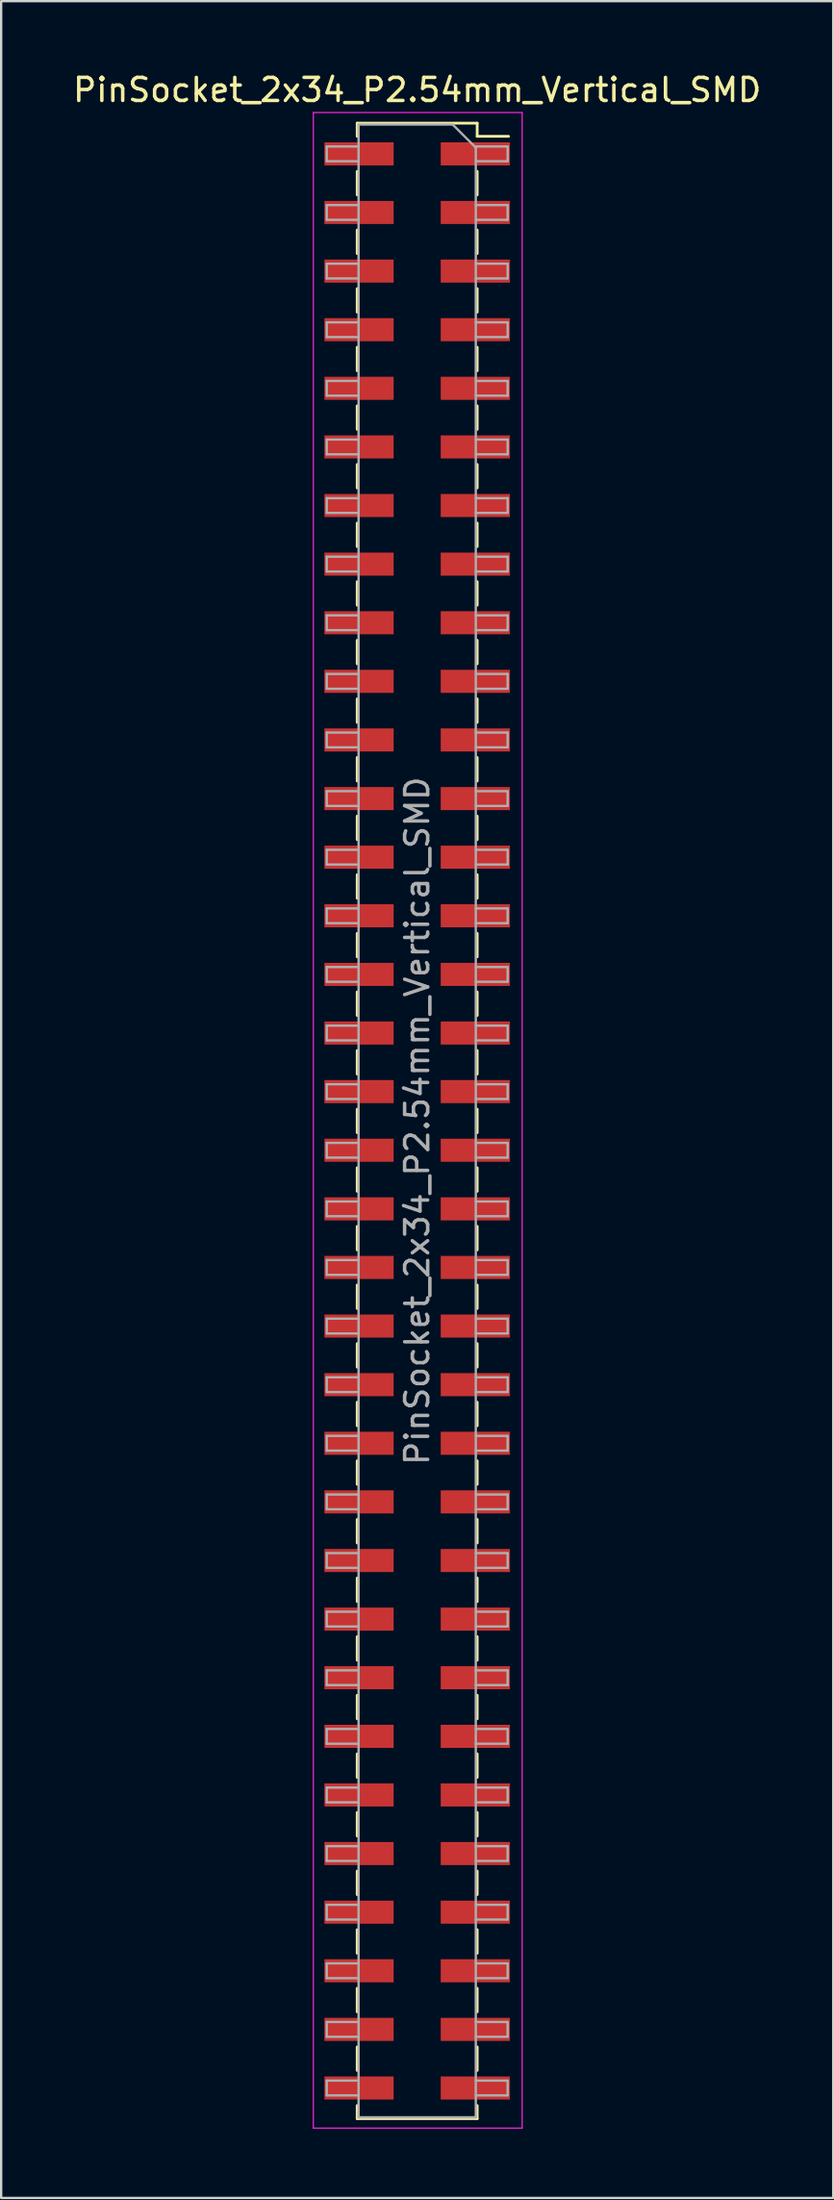
<source format=kicad_pcb>
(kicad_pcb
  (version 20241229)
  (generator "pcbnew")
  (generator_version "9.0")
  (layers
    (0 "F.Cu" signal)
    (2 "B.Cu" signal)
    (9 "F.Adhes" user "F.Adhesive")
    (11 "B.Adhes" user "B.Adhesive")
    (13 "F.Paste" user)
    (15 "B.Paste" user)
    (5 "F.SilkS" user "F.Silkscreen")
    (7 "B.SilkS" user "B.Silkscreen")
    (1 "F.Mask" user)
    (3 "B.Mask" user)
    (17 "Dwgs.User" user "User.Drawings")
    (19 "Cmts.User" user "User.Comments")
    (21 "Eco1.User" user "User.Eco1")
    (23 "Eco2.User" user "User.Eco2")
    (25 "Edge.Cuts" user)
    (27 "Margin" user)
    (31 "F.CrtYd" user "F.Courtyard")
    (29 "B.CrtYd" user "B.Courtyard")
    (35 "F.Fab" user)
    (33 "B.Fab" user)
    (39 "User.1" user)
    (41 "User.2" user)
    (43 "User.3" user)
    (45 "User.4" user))
  (footprint "PinSocket_2x34_P2.54mm_Vertical_SMD"
    (layer "F.Cu")
    (at 15.03 45.528)
    (property "Reference" "PinSocket_2x34_P2.54mm_Vertical_SMD" (at 0 -44.68 0) (layer "F.SilkS") (effects (font (size 1 1) (thickness 0.15))))
    (attr smd)
    (fp_line (start -2.6 -43.24) (end -2.6 -42.67) (stroke (width 0.12) (type solid)) (layer "F.SilkS"))
    (fp_line (start -2.6 -43.24) (end 2.6 -43.24) (stroke (width 0.12) (type solid)) (layer "F.SilkS"))
    (fp_line (start -2.6 -41.15) (end -2.6 -40.13) (stroke (width 0.12) (type solid)) (layer "F.SilkS"))
    (fp_line (start -2.6 -38.61) (end -2.6 -37.59) (stroke (width 0.12) (type solid)) (layer "F.SilkS"))
    (fp_line (start -2.6 -36.07) (end -2.6 -35.05) (stroke (width 0.12) (type solid)) (layer "F.SilkS"))
    (fp_line (start -2.6 -33.53) (end -2.6 -32.51) (stroke (width 0.12) (type solid)) (layer "F.SilkS"))
    (fp_line (start -2.6 -30.99) (end -2.6 -29.97) (stroke (width 0.12) (type solid)) (layer "F.SilkS"))
    (fp_line (start -2.6 -28.45) (end -2.6 -27.43) (stroke (width 0.12) (type solid)) (layer "F.SilkS"))
    (fp_line (start -2.6 -25.91) (end -2.6 -24.89) (stroke (width 0.12) (type solid)) (layer "F.SilkS"))
    (fp_line (start -2.6 -23.37) (end -2.6 -22.35) (stroke (width 0.12) (type solid)) (layer "F.SilkS"))
    (fp_line (start -2.6 -20.83) (end -2.6 -19.81) (stroke (width 0.12) (type solid)) (layer "F.SilkS"))
    (fp_line (start -2.6 -18.29) (end -2.6 -17.27) (stroke (width 0.12) (type solid)) (layer "F.SilkS"))
    (fp_line (start -2.6 -15.75) (end -2.6 -14.73) (stroke (width 0.12) (type solid)) (layer "F.SilkS"))
    (fp_line (start -2.6 -13.21) (end -2.6 -12.19) (stroke (width 0.12) (type solid)) (layer "F.SilkS"))
    (fp_line (start -2.6 -10.67) (end -2.6 -9.65) (stroke (width 0.12) (type solid)) (layer "F.SilkS"))
    (fp_line (start -2.6 -8.13) (end -2.6 -7.11) (stroke (width 0.12) (type solid)) (layer "F.SilkS"))
    (fp_line (start -2.6 -5.59) (end -2.6 -4.57) (stroke (width 0.12) (type solid)) (layer "F.SilkS"))
    (fp_line (start -2.6 -3.05) (end -2.6 -2.03) (stroke (width 0.12) (type solid)) (layer "F.SilkS"))
    (fp_line (start -2.6 -0.51) (end -2.6 0.51) (stroke (width 0.12) (type solid)) (layer "F.SilkS"))
    (fp_line (start -2.6 2.03) (end -2.6 3.05) (stroke (width 0.12) (type solid)) (layer "F.SilkS"))
    (fp_line (start -2.6 4.57) (end -2.6 5.59) (stroke (width 0.12) (type solid)) (layer "F.SilkS"))
    (fp_line (start -2.6 7.11) (end -2.6 8.13) (stroke (width 0.12) (type solid)) (layer "F.SilkS"))
    (fp_line (start -2.6 9.65) (end -2.6 10.67) (stroke (width 0.12) (type solid)) (layer "F.SilkS"))
    (fp_line (start -2.6 12.19) (end -2.6 13.21) (stroke (width 0.12) (type solid)) (layer "F.SilkS"))
    (fp_line (start -2.6 14.73) (end -2.6 15.75) (stroke (width 0.12) (type solid)) (layer "F.SilkS"))
    (fp_line (start -2.6 17.27) (end -2.6 18.29) (stroke (width 0.12) (type solid)) (layer "F.SilkS"))
    (fp_line (start -2.6 19.81) (end -2.6 20.83) (stroke (width 0.12) (type solid)) (layer "F.SilkS"))
    (fp_line (start -2.6 22.35) (end -2.6 23.37) (stroke (width 0.12) (type solid)) (layer "F.SilkS"))
    (fp_line (start -2.6 24.89) (end -2.6 25.91) (stroke (width 0.12) (type solid)) (layer "F.SilkS"))
    (fp_line (start -2.6 27.43) (end -2.6 28.45) (stroke (width 0.12) (type solid)) (layer "F.SilkS"))
    (fp_line (start -2.6 29.97) (end -2.6 30.99) (stroke (width 0.12) (type solid)) (layer "F.SilkS"))
    (fp_line (start -2.6 32.51) (end -2.6 33.53) (stroke (width 0.12) (type solid)) (layer "F.SilkS"))
    (fp_line (start -2.6 35.05) (end -2.6 36.07) (stroke (width 0.12) (type solid)) (layer "F.SilkS"))
    (fp_line (start -2.6 37.59) (end -2.6 38.61) (stroke (width 0.12) (type solid)) (layer "F.SilkS"))
    (fp_line (start -2.6 40.13) (end -2.6 41.15) (stroke (width 0.12) (type solid)) (layer "F.SilkS"))
    (fp_line (start -2.6 42.67) (end -2.6 43.24) (stroke (width 0.12) (type solid)) (layer "F.SilkS"))
    (fp_line (start -2.6 43.24) (end 2.6 43.24) (stroke (width 0.12) (type solid)) (layer "F.SilkS"))
    (fp_line (start 2.6 -43.24) (end 2.6 -42.67) (stroke (width 0.12) (type solid)) (layer "F.SilkS"))
    (fp_line (start 2.6 -42.67) (end 3.96 -42.67) (stroke (width 0.12) (type solid)) (layer "F.SilkS"))
    (fp_line (start 2.6 -41.15) (end 2.6 -40.13) (stroke (width 0.12) (type solid)) (layer "F.SilkS"))
    (fp_line (start 2.6 -38.61) (end 2.6 -37.59) (stroke (width 0.12) (type solid)) (layer "F.SilkS"))
    (fp_line (start 2.6 -36.07) (end 2.6 -35.05) (stroke (width 0.12) (type solid)) (layer "F.SilkS"))
    (fp_line (start 2.6 -33.53) (end 2.6 -32.51) (stroke (width 0.12) (type solid)) (layer "F.SilkS"))
    (fp_line (start 2.6 -30.99) (end 2.6 -29.97) (stroke (width 0.12) (type solid)) (layer "F.SilkS"))
    (fp_line (start 2.6 -28.45) (end 2.6 -27.43) (stroke (width 0.12) (type solid)) (layer "F.SilkS"))
    (fp_line (start 2.6 -25.91) (end 2.6 -24.89) (stroke (width 0.12) (type solid)) (layer "F.SilkS"))
    (fp_line (start 2.6 -23.37) (end 2.6 -22.35) (stroke (width 0.12) (type solid)) (layer "F.SilkS"))
    (fp_line (start 2.6 -20.83) (end 2.6 -19.81) (stroke (width 0.12) (type solid)) (layer "F.SilkS"))
    (fp_line (start 2.6 -18.29) (end 2.6 -17.27) (stroke (width 0.12) (type solid)) (layer "F.SilkS"))
    (fp_line (start 2.6 -15.75) (end 2.6 -14.73) (stroke (width 0.12) (type solid)) (layer "F.SilkS"))
    (fp_line (start 2.6 -13.21) (end 2.6 -12.19) (stroke (width 0.12) (type solid)) (layer "F.SilkS"))
    (fp_line (start 2.6 -10.67) (end 2.6 -9.65) (stroke (width 0.12) (type solid)) (layer "F.SilkS"))
    (fp_line (start 2.6 -8.13) (end 2.6 -7.11) (stroke (width 0.12) (type solid)) (layer "F.SilkS"))
    (fp_line (start 2.6 -5.59) (end 2.6 -4.57) (stroke (width 0.12) (type solid)) (layer "F.SilkS"))
    (fp_line (start 2.6 -3.05) (end 2.6 -2.03) (stroke (width 0.12) (type solid)) (layer "F.SilkS"))
    (fp_line (start 2.6 -0.51) (end 2.6 0.51) (stroke (width 0.12) (type solid)) (layer "F.SilkS"))
    (fp_line (start 2.6 2.03) (end 2.6 3.05) (stroke (width 0.12) (type solid)) (layer "F.SilkS"))
    (fp_line (start 2.6 4.57) (end 2.6 5.59) (stroke (width 0.12) (type solid)) (layer "F.SilkS"))
    (fp_line (start 2.6 7.11) (end 2.6 8.13) (stroke (width 0.12) (type solid)) (layer "F.SilkS"))
    (fp_line (start 2.6 9.65) (end 2.6 10.67) (stroke (width 0.12) (type solid)) (layer "F.SilkS"))
    (fp_line (start 2.6 12.19) (end 2.6 13.21) (stroke (width 0.12) (type solid)) (layer "F.SilkS"))
    (fp_line (start 2.6 14.73) (end 2.6 15.75) (stroke (width 0.12) (type solid)) (layer "F.SilkS"))
    (fp_line (start 2.6 17.27) (end 2.6 18.29) (stroke (width 0.12) (type solid)) (layer "F.SilkS"))
    (fp_line (start 2.6 19.81) (end 2.6 20.83) (stroke (width 0.12) (type solid)) (layer "F.SilkS"))
    (fp_line (start 2.6 22.35) (end 2.6 23.37) (stroke (width 0.12) (type solid)) (layer "F.SilkS"))
    (fp_line (start 2.6 24.89) (end 2.6 25.91) (stroke (width 0.12) (type solid)) (layer "F.SilkS"))
    (fp_line (start 2.6 27.43) (end 2.6 28.45) (stroke (width 0.12) (type solid)) (layer "F.SilkS"))
    (fp_line (start 2.6 29.97) (end 2.6 30.99) (stroke (width 0.12) (type solid)) (layer "F.SilkS"))
    (fp_line (start 2.6 32.51) (end 2.6 33.53) (stroke (width 0.12) (type solid)) (layer "F.SilkS"))
    (fp_line (start 2.6 35.05) (end 2.6 36.07) (stroke (width 0.12) (type solid)) (layer "F.SilkS"))
    (fp_line (start 2.6 37.59) (end 2.6 38.61) (stroke (width 0.12) (type solid)) (layer "F.SilkS"))
    (fp_line (start 2.6 40.13) (end 2.6 41.15) (stroke (width 0.12) (type solid)) (layer "F.SilkS"))
    (fp_line (start 2.6 42.67) (end 2.6 43.24) (stroke (width 0.12) (type solid)) (layer "F.SilkS"))
    (fp_line (start -4.5 -43.7) (end 4.55 -43.7) (stroke (width 0.05) (type solid)) (layer "F.CrtYd"))
    (fp_line (start -4.5 43.65) (end -4.5 -43.7) (stroke (width 0.05) (type solid)) (layer "F.CrtYd"))
    (fp_line (start 4.55 -43.7) (end 4.55 43.65) (stroke (width 0.05) (type solid)) (layer "F.CrtYd"))
    (fp_line (start 4.55 43.65) (end -4.5 43.65) (stroke (width 0.05) (type solid)) (layer "F.CrtYd"))
    (fp_line (start -3.92 -42.23) (end -2.54 -42.23) (stroke (width 0.1) (type solid)) (layer "F.Fab"))
    (fp_line (start -3.92 -41.59) (end -3.92 -42.23) (stroke (width 0.1) (type solid)) (layer "F.Fab"))
    (fp_line (start -3.92 -39.69) (end -2.54 -39.69) (stroke (width 0.1) (type solid)) (layer "F.Fab"))
    (fp_line (start -3.92 -39.05) (end -3.92 -39.69) (stroke (width 0.1) (type solid)) (layer "F.Fab"))
    (fp_line (start -3.92 -37.15) (end -2.54 -37.15) (stroke (width 0.1) (type solid)) (layer "F.Fab"))
    (fp_line (start -3.92 -36.51) (end -3.92 -37.15) (stroke (width 0.1) (type solid)) (layer "F.Fab"))
    (fp_line (start -3.92 -34.61) (end -2.54 -34.61) (stroke (width 0.1) (type solid)) (layer "F.Fab"))
    (fp_line (start -3.92 -33.97) (end -3.92 -34.61) (stroke (width 0.1) (type solid)) (layer "F.Fab"))
    (fp_line (start -3.92 -32.07) (end -2.54 -32.07) (stroke (width 0.1) (type solid)) (layer "F.Fab"))
    (fp_line (start -3.92 -31.43) (end -3.92 -32.07) (stroke (width 0.1) (type solid)) (layer "F.Fab"))
    (fp_line (start -3.92 -29.53) (end -2.54 -29.53) (stroke (width 0.1) (type solid)) (layer "F.Fab"))
    (fp_line (start -3.92 -28.89) (end -3.92 -29.53) (stroke (width 0.1) (type solid)) (layer "F.Fab"))
    (fp_line (start -3.92 -26.99) (end -2.54 -26.99) (stroke (width 0.1) (type solid)) (layer "F.Fab"))
    (fp_line (start -3.92 -26.35) (end -3.92 -26.99) (stroke (width 0.1) (type solid)) (layer "F.Fab"))
    (fp_line (start -3.92 -24.45) (end -2.54 -24.45) (stroke (width 0.1) (type solid)) (layer "F.Fab"))
    (fp_line (start -3.92 -23.81) (end -3.92 -24.45) (stroke (width 0.1) (type solid)) (layer "F.Fab"))
    (fp_line (start -3.92 -21.91) (end -2.54 -21.91) (stroke (width 0.1) (type solid)) (layer "F.Fab"))
    (fp_line (start -3.92 -21.27) (end -3.92 -21.91) (stroke (width 0.1) (type solid)) (layer "F.Fab"))
    (fp_line (start -3.92 -19.37) (end -2.54 -19.37) (stroke (width 0.1) (type solid)) (layer "F.Fab"))
    (fp_line (start -3.92 -18.73) (end -3.92 -19.37) (stroke (width 0.1) (type solid)) (layer "F.Fab"))
    (fp_line (start -3.92 -16.83) (end -2.54 -16.83) (stroke (width 0.1) (type solid)) (layer "F.Fab"))
    (fp_line (start -3.92 -16.19) (end -3.92 -16.83) (stroke (width 0.1) (type solid)) (layer "F.Fab"))
    (fp_line (start -3.92 -14.29) (end -2.54 -14.29) (stroke (width 0.1) (type solid)) (layer "F.Fab"))
    (fp_line (start -3.92 -13.65) (end -3.92 -14.29) (stroke (width 0.1) (type solid)) (layer "F.Fab"))
    (fp_line (start -3.92 -11.75) (end -2.54 -11.75) (stroke (width 0.1) (type solid)) (layer "F.Fab"))
    (fp_line (start -3.92 -11.11) (end -3.92 -11.75) (stroke (width 0.1) (type solid)) (layer "F.Fab"))
    (fp_line (start -3.92 -9.21) (end -2.54 -9.21) (stroke (width 0.1) (type solid)) (layer "F.Fab"))
    (fp_line (start -3.92 -8.57) (end -3.92 -9.21) (stroke (width 0.1) (type solid)) (layer "F.Fab"))
    (fp_line (start -3.92 -6.67) (end -2.54 -6.67) (stroke (width 0.1) (type solid)) (layer "F.Fab"))
    (fp_line (start -3.92 -6.03) (end -3.92 -6.67) (stroke (width 0.1) (type solid)) (layer "F.Fab"))
    (fp_line (start -3.92 -4.13) (end -2.54 -4.13) (stroke (width 0.1) (type solid)) (layer "F.Fab"))
    (fp_line (start -3.92 -3.49) (end -3.92 -4.13) (stroke (width 0.1) (type solid)) (layer "F.Fab"))
    (fp_line (start -3.92 -1.59) (end -2.54 -1.59) (stroke (width 0.1) (type solid)) (layer "F.Fab"))
    (fp_line (start -3.92 -0.95) (end -3.92 -1.59) (stroke (width 0.1) (type solid)) (layer "F.Fab"))
    (fp_line (start -3.92 0.95) (end -2.54 0.95) (stroke (width 0.1) (type solid)) (layer "F.Fab"))
    (fp_line (start -3.92 1.59) (end -3.92 0.95) (stroke (width 0.1) (type solid)) (layer "F.Fab"))
    (fp_line (start -3.92 3.49) (end -2.54 3.49) (stroke (width 0.1) (type solid)) (layer "F.Fab"))
    (fp_line (start -3.92 4.13) (end -3.92 3.49) (stroke (width 0.1) (type solid)) (layer "F.Fab"))
    (fp_line (start -3.92 6.03) (end -2.54 6.03) (stroke (width 0.1) (type solid)) (layer "F.Fab"))
    (fp_line (start -3.92 6.67) (end -3.92 6.03) (stroke (width 0.1) (type solid)) (layer "F.Fab"))
    (fp_line (start -3.92 8.57) (end -2.54 8.57) (stroke (width 0.1) (type solid)) (layer "F.Fab"))
    (fp_line (start -3.92 9.21) (end -3.92 8.57) (stroke (width 0.1) (type solid)) (layer "F.Fab"))
    (fp_line (start -3.92 11.11) (end -2.54 11.11) (stroke (width 0.1) (type solid)) (layer "F.Fab"))
    (fp_line (start -3.92 11.75) (end -3.92 11.11) (stroke (width 0.1) (type solid)) (layer "F.Fab"))
    (fp_line (start -3.92 13.65) (end -2.54 13.65) (stroke (width 0.1) (type solid)) (layer "F.Fab"))
    (fp_line (start -3.92 14.29) (end -3.92 13.65) (stroke (width 0.1) (type solid)) (layer "F.Fab"))
    (fp_line (start -3.92 16.19) (end -2.54 16.19) (stroke (width 0.1) (type solid)) (layer "F.Fab"))
    (fp_line (start -3.92 16.83) (end -3.92 16.19) (stroke (width 0.1) (type solid)) (layer "F.Fab"))
    (fp_line (start -3.92 18.73) (end -2.54 18.73) (stroke (width 0.1) (type solid)) (layer "F.Fab"))
    (fp_line (start -3.92 19.37) (end -3.92 18.73) (stroke (width 0.1) (type solid)) (layer "F.Fab"))
    (fp_line (start -3.92 21.27) (end -2.54 21.27) (stroke (width 0.1) (type solid)) (layer "F.Fab"))
    (fp_line (start -3.92 21.91) (end -3.92 21.27) (stroke (width 0.1) (type solid)) (layer "F.Fab"))
    (fp_line (start -3.92 23.81) (end -2.54 23.81) (stroke (width 0.1) (type solid)) (layer "F.Fab"))
    (fp_line (start -3.92 24.45) (end -3.92 23.81) (stroke (width 0.1) (type solid)) (layer "F.Fab"))
    (fp_line (start -3.92 26.35) (end -2.54 26.35) (stroke (width 0.1) (type solid)) (layer "F.Fab"))
    (fp_line (start -3.92 26.99) (end -3.92 26.35) (stroke (width 0.1) (type solid)) (layer "F.Fab"))
    (fp_line (start -3.92 28.89) (end -2.54 28.89) (stroke (width 0.1) (type solid)) (layer "F.Fab"))
    (fp_line (start -3.92 29.53) (end -3.92 28.89) (stroke (width 0.1) (type solid)) (layer "F.Fab"))
    (fp_line (start -3.92 31.43) (end -2.54 31.43) (stroke (width 0.1) (type solid)) (layer "F.Fab"))
    (fp_line (start -3.92 32.07) (end -3.92 31.43) (stroke (width 0.1) (type solid)) (layer "F.Fab"))
    (fp_line (start -3.92 33.97) (end -2.54 33.97) (stroke (width 0.1) (type solid)) (layer "F.Fab"))
    (fp_line (start -3.92 34.61) (end -3.92 33.97) (stroke (width 0.1) (type solid)) (layer "F.Fab"))
    (fp_line (start -3.92 36.51) (end -2.54 36.51) (stroke (width 0.1) (type solid)) (layer "F.Fab"))
    (fp_line (start -3.92 37.15) (end -3.92 36.51) (stroke (width 0.1) (type solid)) (layer "F.Fab"))
    (fp_line (start -3.92 39.05) (end -2.54 39.05) (stroke (width 0.1) (type solid)) (layer "F.Fab"))
    (fp_line (start -3.92 39.69) (end -3.92 39.05) (stroke (width 0.1) (type solid)) (layer "F.Fab"))
    (fp_line (start -3.92 41.59) (end -2.54 41.59) (stroke (width 0.1) (type solid)) (layer "F.Fab"))
    (fp_line (start -3.92 42.23) (end -3.92 41.59) (stroke (width 0.1) (type solid)) (layer "F.Fab"))
    (fp_line (start -2.54 -43.18) (end 1.54 -43.18) (stroke (width 0.1) (type solid)) (layer "F.Fab"))
    (fp_line (start -2.54 -41.59) (end -3.92 -41.59) (stroke (width 0.1) (type solid)) (layer "F.Fab"))
    (fp_line (start -2.54 -39.05) (end -3.92 -39.05) (stroke (width 0.1) (type solid)) (layer "F.Fab"))
    (fp_line (start -2.54 -36.51) (end -3.92 -36.51) (stroke (width 0.1) (type solid)) (layer "F.Fab"))
    (fp_line (start -2.54 -33.97) (end -3.92 -33.97) (stroke (width 0.1) (type solid)) (layer "F.Fab"))
    (fp_line (start -2.54 -31.43) (end -3.92 -31.43) (stroke (width 0.1) (type solid)) (layer "F.Fab"))
    (fp_line (start -2.54 -28.89) (end -3.92 -28.89) (stroke (width 0.1) (type solid)) (layer "F.Fab"))
    (fp_line (start -2.54 -26.35) (end -3.92 -26.35) (stroke (width 0.1) (type solid)) (layer "F.Fab"))
    (fp_line (start -2.54 -23.81) (end -3.92 -23.81) (stroke (width 0.1) (type solid)) (layer "F.Fab"))
    (fp_line (start -2.54 -21.27) (end -3.92 -21.27) (stroke (width 0.1) (type solid)) (layer "F.Fab"))
    (fp_line (start -2.54 -18.73) (end -3.92 -18.73) (stroke (width 0.1) (type solid)) (layer "F.Fab"))
    (fp_line (start -2.54 -16.19) (end -3.92 -16.19) (stroke (width 0.1) (type solid)) (layer "F.Fab"))
    (fp_line (start -2.54 -13.65) (end -3.92 -13.65) (stroke (width 0.1) (type solid)) (layer "F.Fab"))
    (fp_line (start -2.54 -11.11) (end -3.92 -11.11) (stroke (width 0.1) (type solid)) (layer "F.Fab"))
    (fp_line (start -2.54 -8.57) (end -3.92 -8.57) (stroke (width 0.1) (type solid)) (layer "F.Fab"))
    (fp_line (start -2.54 -6.03) (end -3.92 -6.03) (stroke (width 0.1) (type solid)) (layer "F.Fab"))
    (fp_line (start -2.54 -3.49) (end -3.92 -3.49) (stroke (width 0.1) (type solid)) (layer "F.Fab"))
    (fp_line (start -2.54 -0.95) (end -3.92 -0.95) (stroke (width 0.1) (type solid)) (layer "F.Fab"))
    (fp_line (start -2.54 1.59) (end -3.92 1.59) (stroke (width 0.1) (type solid)) (layer "F.Fab"))
    (fp_line (start -2.54 4.13) (end -3.92 4.13) (stroke (width 0.1) (type solid)) (layer "F.Fab"))
    (fp_line (start -2.54 6.67) (end -3.92 6.67) (stroke (width 0.1) (type solid)) (layer "F.Fab"))
    (fp_line (start -2.54 9.21) (end -3.92 9.21) (stroke (width 0.1) (type solid)) (layer "F.Fab"))
    (fp_line (start -2.54 11.75) (end -3.92 11.75) (stroke (width 0.1) (type solid)) (layer "F.Fab"))
    (fp_line (start -2.54 14.29) (end -3.92 14.29) (stroke (width 0.1) (type solid)) (layer "F.Fab"))
    (fp_line (start -2.54 16.83) (end -3.92 16.83) (stroke (width 0.1) (type solid)) (layer "F.Fab"))
    (fp_line (start -2.54 19.37) (end -3.92 19.37) (stroke (width 0.1) (type solid)) (layer "F.Fab"))
    (fp_line (start -2.54 21.91) (end -3.92 21.91) (stroke (width 0.1) (type solid)) (layer "F.Fab"))
    (fp_line (start -2.54 24.45) (end -3.92 24.45) (stroke (width 0.1) (type solid)) (layer "F.Fab"))
    (fp_line (start -2.54 26.99) (end -3.92 26.99) (stroke (width 0.1) (type solid)) (layer "F.Fab"))
    (fp_line (start -2.54 29.53) (end -3.92 29.53) (stroke (width 0.1) (type solid)) (layer "F.Fab"))
    (fp_line (start -2.54 32.07) (end -3.92 32.07) (stroke (width 0.1) (type solid)) (layer "F.Fab"))
    (fp_line (start -2.54 34.61) (end -3.92 34.61) (stroke (width 0.1) (type solid)) (layer "F.Fab"))
    (fp_line (start -2.54 37.15) (end -3.92 37.15) (stroke (width 0.1) (type solid)) (layer "F.Fab"))
    (fp_line (start -2.54 39.69) (end -3.92 39.69) (stroke (width 0.1) (type solid)) (layer "F.Fab"))
    (fp_line (start -2.54 42.23) (end -3.92 42.23) (stroke (width 0.1) (type solid)) (layer "F.Fab"))
    (fp_line (start -2.54 43.18) (end -2.54 -43.18) (stroke (width 0.1) (type solid)) (layer "F.Fab"))
    (fp_line (start 1.54 -43.18) (end 2.54 -42.18) (stroke (width 0.1) (type solid)) (layer "F.Fab"))
    (fp_line (start 2.54 -42.23) (end 3.92 -42.23) (stroke (width 0.1) (type solid)) (layer "F.Fab"))
    (fp_line (start 2.54 -42.18) (end 2.54 43.18) (stroke (width 0.1) (type solid)) (layer "F.Fab"))
    (fp_line (start 2.54 -39.69) (end 3.92 -39.69) (stroke (width 0.1) (type solid)) (layer "F.Fab"))
    (fp_line (start 2.54 -37.15) (end 3.92 -37.15) (stroke (width 0.1) (type solid)) (layer "F.Fab"))
    (fp_line (start 2.54 -34.61) (end 3.92 -34.61) (stroke (width 0.1) (type solid)) (layer "F.Fab"))
    (fp_line (start 2.54 -32.07) (end 3.92 -32.07) (stroke (width 0.1) (type solid)) (layer "F.Fab"))
    (fp_line (start 2.54 -29.53) (end 3.92 -29.53) (stroke (width 0.1) (type solid)) (layer "F.Fab"))
    (fp_line (start 2.54 -26.99) (end 3.92 -26.99) (stroke (width 0.1) (type solid)) (layer "F.Fab"))
    (fp_line (start 2.54 -24.45) (end 3.92 -24.45) (stroke (width 0.1) (type solid)) (layer "F.Fab"))
    (fp_line (start 2.54 -21.91) (end 3.92 -21.91) (stroke (width 0.1) (type solid)) (layer "F.Fab"))
    (fp_line (start 2.54 -19.37) (end 3.92 -19.37) (stroke (width 0.1) (type solid)) (layer "F.Fab"))
    (fp_line (start 2.54 -16.83) (end 3.92 -16.83) (stroke (width 0.1) (type solid)) (layer "F.Fab"))
    (fp_line (start 2.54 -14.29) (end 3.92 -14.29) (stroke (width 0.1) (type solid)) (layer "F.Fab"))
    (fp_line (start 2.54 -11.75) (end 3.92 -11.75) (stroke (width 0.1) (type solid)) (layer "F.Fab"))
    (fp_line (start 2.54 -9.21) (end 3.92 -9.21) (stroke (width 0.1) (type solid)) (layer "F.Fab"))
    (fp_line (start 2.54 -6.67) (end 3.92 -6.67) (stroke (width 0.1) (type solid)) (layer "F.Fab"))
    (fp_line (start 2.54 -4.13) (end 3.92 -4.13) (stroke (width 0.1) (type solid)) (layer "F.Fab"))
    (fp_line (start 2.54 -1.59) (end 3.92 -1.59) (stroke (width 0.1) (type solid)) (layer "F.Fab"))
    (fp_line (start 2.54 0.95) (end 3.92 0.95) (stroke (width 0.1) (type solid)) (layer "F.Fab"))
    (fp_line (start 2.54 3.49) (end 3.92 3.49) (stroke (width 0.1) (type solid)) (layer "F.Fab"))
    (fp_line (start 2.54 6.03) (end 3.92 6.03) (stroke (width 0.1) (type solid)) (layer "F.Fab"))
    (fp_line (start 2.54 8.57) (end 3.92 8.57) (stroke (width 0.1) (type solid)) (layer "F.Fab"))
    (fp_line (start 2.54 11.11) (end 3.92 11.11) (stroke (width 0.1) (type solid)) (layer "F.Fab"))
    (fp_line (start 2.54 13.65) (end 3.92 13.65) (stroke (width 0.1) (type solid)) (layer "F.Fab"))
    (fp_line (start 2.54 16.19) (end 3.92 16.19) (stroke (width 0.1) (type solid)) (layer "F.Fab"))
    (fp_line (start 2.54 18.73) (end 3.92 18.73) (stroke (width 0.1) (type solid)) (layer "F.Fab"))
    (fp_line (start 2.54 21.27) (end 3.92 21.27) (stroke (width 0.1) (type solid)) (layer "F.Fab"))
    (fp_line (start 2.54 23.81) (end 3.92 23.81) (stroke (width 0.1) (type solid)) (layer "F.Fab"))
    (fp_line (start 2.54 26.35) (end 3.92 26.35) (stroke (width 0.1) (type solid)) (layer "F.Fab"))
    (fp_line (start 2.54 28.89) (end 3.92 28.89) (stroke (width 0.1) (type solid)) (layer "F.Fab"))
    (fp_line (start 2.54 31.43) (end 3.92 31.43) (stroke (width 0.1) (type solid)) (layer "F.Fab"))
    (fp_line (start 2.54 33.97) (end 3.92 33.97) (stroke (width 0.1) (type solid)) (layer "F.Fab"))
    (fp_line (start 2.54 36.51) (end 3.92 36.51) (stroke (width 0.1) (type solid)) (layer "F.Fab"))
    (fp_line (start 2.54 39.05) (end 3.92 39.05) (stroke (width 0.1) (type solid)) (layer "F.Fab"))
    (fp_line (start 2.54 41.59) (end 3.92 41.59) (stroke (width 0.1) (type solid)) (layer "F.Fab"))
    (fp_line (start 2.54 43.18) (end -2.54 43.18) (stroke (width 0.1) (type solid)) (layer "F.Fab"))
    (fp_line (start 3.92 -42.23) (end 3.92 -41.59) (stroke (width 0.1) (type solid)) (layer "F.Fab"))
    (fp_line (start 3.92 -41.59) (end 2.54 -41.59) (stroke (width 0.1) (type solid)) (layer "F.Fab"))
    (fp_line (start 3.92 -39.69) (end 3.92 -39.05) (stroke (width 0.1) (type solid)) (layer "F.Fab"))
    (fp_line (start 3.92 -39.05) (end 2.54 -39.05) (stroke (width 0.1) (type solid)) (layer "F.Fab"))
    (fp_line (start 3.92 -37.15) (end 3.92 -36.51) (stroke (width 0.1) (type solid)) (layer "F.Fab"))
    (fp_line (start 3.92 -36.51) (end 2.54 -36.51) (stroke (width 0.1) (type solid)) (layer "F.Fab"))
    (fp_line (start 3.92 -34.61) (end 3.92 -33.97) (stroke (width 0.1) (type solid)) (layer "F.Fab"))
    (fp_line (start 3.92 -33.97) (end 2.54 -33.97) (stroke (width 0.1) (type solid)) (layer "F.Fab"))
    (fp_line (start 3.92 -32.07) (end 3.92 -31.43) (stroke (width 0.1) (type solid)) (layer "F.Fab"))
    (fp_line (start 3.92 -31.43) (end 2.54 -31.43) (stroke (width 0.1) (type solid)) (layer "F.Fab"))
    (fp_line (start 3.92 -29.53) (end 3.92 -28.89) (stroke (width 0.1) (type solid)) (layer "F.Fab"))
    (fp_line (start 3.92 -28.89) (end 2.54 -28.89) (stroke (width 0.1) (type solid)) (layer "F.Fab"))
    (fp_line (start 3.92 -26.99) (end 3.92 -26.35) (stroke (width 0.1) (type solid)) (layer "F.Fab"))
    (fp_line (start 3.92 -26.35) (end 2.54 -26.35) (stroke (width 0.1) (type solid)) (layer "F.Fab"))
    (fp_line (start 3.92 -24.45) (end 3.92 -23.81) (stroke (width 0.1) (type solid)) (layer "F.Fab"))
    (fp_line (start 3.92 -23.81) (end 2.54 -23.81) (stroke (width 0.1) (type solid)) (layer "F.Fab"))
    (fp_line (start 3.92 -21.91) (end 3.92 -21.27) (stroke (width 0.1) (type solid)) (layer "F.Fab"))
    (fp_line (start 3.92 -21.27) (end 2.54 -21.27) (stroke (width 0.1) (type solid)) (layer "F.Fab"))
    (fp_line (start 3.92 -19.37) (end 3.92 -18.73) (stroke (width 0.1) (type solid)) (layer "F.Fab"))
    (fp_line (start 3.92 -18.73) (end 2.54 -18.73) (stroke (width 0.1) (type solid)) (layer "F.Fab"))
    (fp_line (start 3.92 -16.83) (end 3.92 -16.19) (stroke (width 0.1) (type solid)) (layer "F.Fab"))
    (fp_line (start 3.92 -16.19) (end 2.54 -16.19) (stroke (width 0.1) (type solid)) (layer "F.Fab"))
    (fp_line (start 3.92 -14.29) (end 3.92 -13.65) (stroke (width 0.1) (type solid)) (layer "F.Fab"))
    (fp_line (start 3.92 -13.65) (end 2.54 -13.65) (stroke (width 0.1) (type solid)) (layer "F.Fab"))
    (fp_line (start 3.92 -11.75) (end 3.92 -11.11) (stroke (width 0.1) (type solid)) (layer "F.Fab"))
    (fp_line (start 3.92 -11.11) (end 2.54 -11.11) (stroke (width 0.1) (type solid)) (layer "F.Fab"))
    (fp_line (start 3.92 -9.21) (end 3.92 -8.57) (stroke (width 0.1) (type solid)) (layer "F.Fab"))
    (fp_line (start 3.92 -8.57) (end 2.54 -8.57) (stroke (width 0.1) (type solid)) (layer "F.Fab"))
    (fp_line (start 3.92 -6.67) (end 3.92 -6.03) (stroke (width 0.1) (type solid)) (layer "F.Fab"))
    (fp_line (start 3.92 -6.03) (end 2.54 -6.03) (stroke (width 0.1) (type solid)) (layer "F.Fab"))
    (fp_line (start 3.92 -4.13) (end 3.92 -3.49) (stroke (width 0.1) (type solid)) (layer "F.Fab"))
    (fp_line (start 3.92 -3.49) (end 2.54 -3.49) (stroke (width 0.1) (type solid)) (layer "F.Fab"))
    (fp_line (start 3.92 -1.59) (end 3.92 -0.95) (stroke (width 0.1) (type solid)) (layer "F.Fab"))
    (fp_line (start 3.92 -0.95) (end 2.54 -0.95) (stroke (width 0.1) (type solid)) (layer "F.Fab"))
    (fp_line (start 3.92 0.95) (end 3.92 1.59) (stroke (width 0.1) (type solid)) (layer "F.Fab"))
    (fp_line (start 3.92 1.59) (end 2.54 1.59) (stroke (width 0.1) (type solid)) (layer "F.Fab"))
    (fp_line (start 3.92 3.49) (end 3.92 4.13) (stroke (width 0.1) (type solid)) (layer "F.Fab"))
    (fp_line (start 3.92 4.13) (end 2.54 4.13) (stroke (width 0.1) (type solid)) (layer "F.Fab"))
    (fp_line (start 3.92 6.03) (end 3.92 6.67) (stroke (width 0.1) (type solid)) (layer "F.Fab"))
    (fp_line (start 3.92 6.67) (end 2.54 6.67) (stroke (width 0.1) (type solid)) (layer "F.Fab"))
    (fp_line (start 3.92 8.57) (end 3.92 9.21) (stroke (width 0.1) (type solid)) (layer "F.Fab"))
    (fp_line (start 3.92 9.21) (end 2.54 9.21) (stroke (width 0.1) (type solid)) (layer "F.Fab"))
    (fp_line (start 3.92 11.11) (end 3.92 11.75) (stroke (width 0.1) (type solid)) (layer "F.Fab"))
    (fp_line (start 3.92 11.75) (end 2.54 11.75) (stroke (width 0.1) (type solid)) (layer "F.Fab"))
    (fp_line (start 3.92 13.65) (end 3.92 14.29) (stroke (width 0.1) (type solid)) (layer "F.Fab"))
    (fp_line (start 3.92 14.29) (end 2.54 14.29) (stroke (width 0.1) (type solid)) (layer "F.Fab"))
    (fp_line (start 3.92 16.19) (end 3.92 16.83) (stroke (width 0.1) (type solid)) (layer "F.Fab"))
    (fp_line (start 3.92 16.83) (end 2.54 16.83) (stroke (width 0.1) (type solid)) (layer "F.Fab"))
    (fp_line (start 3.92 18.73) (end 3.92 19.37) (stroke (width 0.1) (type solid)) (layer "F.Fab"))
    (fp_line (start 3.92 19.37) (end 2.54 19.37) (stroke (width 0.1) (type solid)) (layer "F.Fab"))
    (fp_line (start 3.92 21.27) (end 3.92 21.91) (stroke (width 0.1) (type solid)) (layer "F.Fab"))
    (fp_line (start 3.92 21.91) (end 2.54 21.91) (stroke (width 0.1) (type solid)) (layer "F.Fab"))
    (fp_line (start 3.92 23.81) (end 3.92 24.45) (stroke (width 0.1) (type solid)) (layer "F.Fab"))
    (fp_line (start 3.92 24.45) (end 2.54 24.45) (stroke (width 0.1) (type solid)) (layer "F.Fab"))
    (fp_line (start 3.92 26.35) (end 3.92 26.99) (stroke (width 0.1) (type solid)) (layer "F.Fab"))
    (fp_line (start 3.92 26.99) (end 2.54 26.99) (stroke (width 0.1) (type solid)) (layer "F.Fab"))
    (fp_line (start 3.92 28.89) (end 3.92 29.53) (stroke (width 0.1) (type solid)) (layer "F.Fab"))
    (fp_line (start 3.92 29.53) (end 2.54 29.53) (stroke (width 0.1) (type solid)) (layer "F.Fab"))
    (fp_line (start 3.92 31.43) (end 3.92 32.07) (stroke (width 0.1) (type solid)) (layer "F.Fab"))
    (fp_line (start 3.92 32.07) (end 2.54 32.07) (stroke (width 0.1) (type solid)) (layer "F.Fab"))
    (fp_line (start 3.92 33.97) (end 3.92 34.61) (stroke (width 0.1) (type solid)) (layer "F.Fab"))
    (fp_line (start 3.92 34.61) (end 2.54 34.61) (stroke (width 0.1) (type solid)) (layer "F.Fab"))
    (fp_line (start 3.92 36.51) (end 3.92 37.15) (stroke (width 0.1) (type solid)) (layer "F.Fab"))
    (fp_line (start 3.92 37.15) (end 2.54 37.15) (stroke (width 0.1) (type solid)) (layer "F.Fab"))
    (fp_line (start 3.92 39.05) (end 3.92 39.69) (stroke (width 0.1) (type solid)) (layer "F.Fab"))
    (fp_line (start 3.92 39.69) (end 2.54 39.69) (stroke (width 0.1) (type solid)) (layer "F.Fab"))
    (fp_line (start 3.92 41.59) (end 3.92 42.23) (stroke (width 0.1) (type solid)) (layer "F.Fab"))
    (fp_line (start 3.92 42.23) (end 2.54 42.23) (stroke (width 0.1) (type solid)) (layer "F.Fab"))
    (fp_text user "${REFERENCE}" (at 0 0 90) (layer "F.Fab") (effects (font (size 1 1) (thickness 0.15))))
    (pad "1" smd rect (at 2.52 -41.91) (size 3 1) (layers "F.Cu" "F.Mask" "F.Paste"))
    (pad "2" smd rect (at -2.52 -41.91) (size 3 1) (layers "F.Cu" "F.Mask" "F.Paste"))
    (pad "3" smd rect (at 2.52 -39.37) (size 3 1) (layers "F.Cu" "F.Mask" "F.Paste"))
    (pad "4" smd rect (at -2.52 -39.37) (size 3 1) (layers "F.Cu" "F.Mask" "F.Paste"))
    (pad "5" smd rect (at 2.52 -36.83) (size 3 1) (layers "F.Cu" "F.Mask" "F.Paste"))
    (pad "6" smd rect (at -2.52 -36.83) (size 3 1) (layers "F.Cu" "F.Mask" "F.Paste"))
    (pad "7" smd rect (at 2.52 -34.29) (size 3 1) (layers "F.Cu" "F.Mask" "F.Paste"))
    (pad "8" smd rect (at -2.52 -34.29) (size 3 1) (layers "F.Cu" "F.Mask" "F.Paste"))
    (pad "9" smd rect (at 2.52 -31.75) (size 3 1) (layers "F.Cu" "F.Mask" "F.Paste"))
    (pad "10" smd rect (at -2.52 -31.75) (size 3 1) (layers "F.Cu" "F.Mask" "F.Paste"))
    (pad "11" smd rect (at 2.52 -29.21) (size 3 1) (layers "F.Cu" "F.Mask" "F.Paste"))
    (pad "12" smd rect (at -2.52 -29.21) (size 3 1) (layers "F.Cu" "F.Mask" "F.Paste"))
    (pad "13" smd rect (at 2.52 -26.67) (size 3 1) (layers "F.Cu" "F.Mask" "F.Paste"))
    (pad "14" smd rect (at -2.52 -26.67) (size 3 1) (layers "F.Cu" "F.Mask" "F.Paste"))
    (pad "15" smd rect (at 2.52 -24.13) (size 3 1) (layers "F.Cu" "F.Mask" "F.Paste"))
    (pad "16" smd rect (at -2.52 -24.13) (size 3 1) (layers "F.Cu" "F.Mask" "F.Paste"))
    (pad "17" smd rect (at 2.52 -21.59) (size 3 1) (layers "F.Cu" "F.Mask" "F.Paste"))
    (pad "18" smd rect (at -2.52 -21.59) (size 3 1) (layers "F.Cu" "F.Mask" "F.Paste"))
    (pad "19" smd rect (at 2.52 -19.05) (size 3 1) (layers "F.Cu" "F.Mask" "F.Paste"))
    (pad "20" smd rect (at -2.52 -19.05) (size 3 1) (layers "F.Cu" "F.Mask" "F.Paste"))
    (pad "21" smd rect (at 2.52 -16.51) (size 3 1) (layers "F.Cu" "F.Mask" "F.Paste"))
    (pad "22" smd rect (at -2.52 -16.51) (size 3 1) (layers "F.Cu" "F.Mask" "F.Paste"))
    (pad "23" smd rect (at 2.52 -13.97) (size 3 1) (layers "F.Cu" "F.Mask" "F.Paste"))
    (pad "24" smd rect (at -2.52 -13.97) (size 3 1) (layers "F.Cu" "F.Mask" "F.Paste"))
    (pad "25" smd rect (at 2.52 -11.43) (size 3 1) (layers "F.Cu" "F.Mask" "F.Paste"))
    (pad "26" smd rect (at -2.52 -11.43) (size 3 1) (layers "F.Cu" "F.Mask" "F.Paste"))
    (pad "27" smd rect (at 2.52 -8.89) (size 3 1) (layers "F.Cu" "F.Mask" "F.Paste"))
    (pad "28" smd rect (at -2.52 -8.89) (size 3 1) (layers "F.Cu" "F.Mask" "F.Paste"))
    (pad "29" smd rect (at 2.52 -6.35) (size 3 1) (layers "F.Cu" "F.Mask" "F.Paste"))
    (pad "30" smd rect (at -2.52 -6.35) (size 3 1) (layers "F.Cu" "F.Mask" "F.Paste"))
    (pad "31" smd rect (at 2.52 -3.81) (size 3 1) (layers "F.Cu" "F.Mask" "F.Paste"))
    (pad "32" smd rect (at -2.52 -3.81) (size 3 1) (layers "F.Cu" "F.Mask" "F.Paste"))
    (pad "33" smd rect (at 2.52 -1.27) (size 3 1) (layers "F.Cu" "F.Mask" "F.Paste"))
    (pad "34" smd rect (at -2.52 -1.27) (size 3 1) (layers "F.Cu" "F.Mask" "F.Paste"))
    (pad "35" smd rect (at 2.52 1.27) (size 3 1) (layers "F.Cu" "F.Mask" "F.Paste"))
    (pad "36" smd rect (at -2.52 1.27) (size 3 1) (layers "F.Cu" "F.Mask" "F.Paste"))
    (pad "37" smd rect (at 2.52 3.81) (size 3 1) (layers "F.Cu" "F.Mask" "F.Paste"))
    (pad "38" smd rect (at -2.52 3.81) (size 3 1) (layers "F.Cu" "F.Mask" "F.Paste"))
    (pad "39" smd rect (at 2.52 6.35) (size 3 1) (layers "F.Cu" "F.Mask" "F.Paste"))
    (pad "40" smd rect (at -2.52 6.35) (size 3 1) (layers "F.Cu" "F.Mask" "F.Paste"))
    (pad "41" smd rect (at 2.52 8.89) (size 3 1) (layers "F.Cu" "F.Mask" "F.Paste"))
    (pad "42" smd rect (at -2.52 8.89) (size 3 1) (layers "F.Cu" "F.Mask" "F.Paste"))
    (pad "43" smd rect (at 2.52 11.43) (size 3 1) (layers "F.Cu" "F.Mask" "F.Paste"))
    (pad "44" smd rect (at -2.52 11.43) (size 3 1) (layers "F.Cu" "F.Mask" "F.Paste"))
    (pad "45" smd rect (at 2.52 13.97) (size 3 1) (layers "F.Cu" "F.Mask" "F.Paste"))
    (pad "46" smd rect (at -2.52 13.97) (size 3 1) (layers "F.Cu" "F.Mask" "F.Paste"))
    (pad "47" smd rect (at 2.52 16.51) (size 3 1) (layers "F.Cu" "F.Mask" "F.Paste"))
    (pad "48" smd rect (at -2.52 16.51) (size 3 1) (layers "F.Cu" "F.Mask" "F.Paste"))
    (pad "49" smd rect (at 2.52 19.05) (size 3 1) (layers "F.Cu" "F.Mask" "F.Paste"))
    (pad "50" smd rect (at -2.52 19.05) (size 3 1) (layers "F.Cu" "F.Mask" "F.Paste"))
    (pad "51" smd rect (at 2.52 21.59) (size 3 1) (layers "F.Cu" "F.Mask" "F.Paste"))
    (pad "52" smd rect (at -2.52 21.59) (size 3 1) (layers "F.Cu" "F.Mask" "F.Paste"))
    (pad "53" smd rect (at 2.52 24.13) (size 3 1) (layers "F.Cu" "F.Mask" "F.Paste"))
    (pad "54" smd rect (at -2.52 24.13) (size 3 1) (layers "F.Cu" "F.Mask" "F.Paste"))
    (pad "55" smd rect (at 2.52 26.67) (size 3 1) (layers "F.Cu" "F.Mask" "F.Paste"))
    (pad "56" smd rect (at -2.52 26.67) (size 3 1) (layers "F.Cu" "F.Mask" "F.Paste"))
    (pad "57" smd rect (at 2.52 29.21) (size 3 1) (layers "F.Cu" "F.Mask" "F.Paste"))
    (pad "58" smd rect (at -2.52 29.21) (size 3 1) (layers "F.Cu" "F.Mask" "F.Paste"))
    (pad "59" smd rect (at 2.52 31.75) (size 3 1) (layers "F.Cu" "F.Mask" "F.Paste"))
    (pad "60" smd rect (at -2.52 31.75) (size 3 1) (layers "F.Cu" "F.Mask" "F.Paste"))
    (pad "61" smd rect (at 2.52 34.29) (size 3 1) (layers "F.Cu" "F.Mask" "F.Paste"))
    (pad "62" smd rect (at -2.52 34.29) (size 3 1) (layers "F.Cu" "F.Mask" "F.Paste"))
    (pad "63" smd rect (at 2.52 36.83) (size 3 1) (layers "F.Cu" "F.Mask" "F.Paste"))
    (pad "64" smd rect (at -2.52 36.83) (size 3 1) (layers "F.Cu" "F.Mask" "F.Paste"))
    (pad "65" smd rect (at 2.52 39.37) (size 3 1) (layers "F.Cu" "F.Mask" "F.Paste"))
    (pad "66" smd rect (at -2.52 39.37) (size 3 1) (layers "F.Cu" "F.Mask" "F.Paste"))
    (pad "67" smd rect (at 2.52 41.91) (size 3 1) (layers "F.Cu" "F.Mask" "F.Paste"))
    (pad "68" smd rect (at -2.52 41.91) (size 3 1) (layers "F.Cu" "F.Mask" "F.Paste")))
  (gr_rect
    (start -3 -3)
    (end 33.06 92.203)
    (stroke (width 0.1) (type default))
    (fill no)
    (layer "Edge.Cuts")))
</source>
